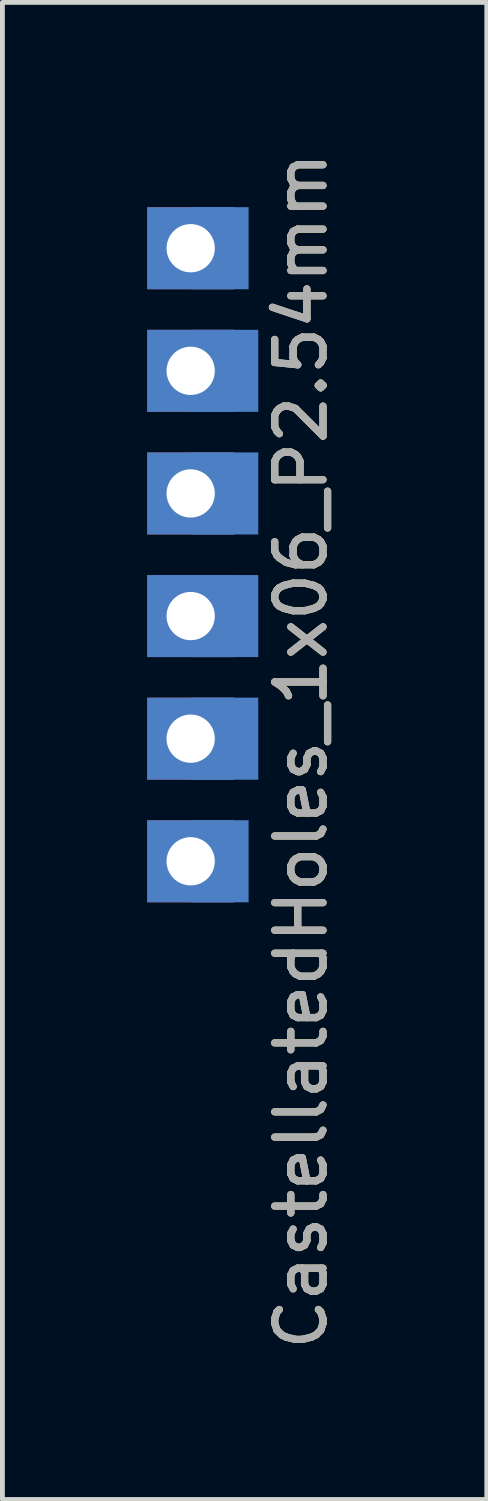
<source format=kicad_pcb>
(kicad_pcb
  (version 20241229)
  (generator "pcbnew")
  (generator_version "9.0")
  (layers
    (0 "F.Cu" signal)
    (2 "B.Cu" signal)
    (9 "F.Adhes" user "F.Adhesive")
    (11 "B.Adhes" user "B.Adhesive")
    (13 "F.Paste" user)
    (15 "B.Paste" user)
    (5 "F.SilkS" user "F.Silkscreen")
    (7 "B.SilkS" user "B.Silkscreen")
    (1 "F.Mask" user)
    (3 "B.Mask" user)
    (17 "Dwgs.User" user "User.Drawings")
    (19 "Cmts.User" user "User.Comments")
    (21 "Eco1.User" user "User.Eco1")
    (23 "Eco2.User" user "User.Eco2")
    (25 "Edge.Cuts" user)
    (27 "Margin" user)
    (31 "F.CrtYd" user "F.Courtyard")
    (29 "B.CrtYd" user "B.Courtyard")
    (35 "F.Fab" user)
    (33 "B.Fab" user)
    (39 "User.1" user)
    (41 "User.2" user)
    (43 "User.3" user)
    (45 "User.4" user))
  (footprint "CastellatedHoles_1x06_P2.54mm"
    (layer "F.Cu")
    (at 0.9 2.092)
    (property "Reference" "CastellatedHoles_1x06_P2.54mm" (at 2.286 10.414 90) (layer "F.SilkS") (effects (font (size 1 1) (thickness 0.15))))
    (attr exclude_from_pos_files exclude_from_bom)
    (fp_text user "${REFERENCE}" (at 2.286 10.414 90) (layer "F.Fab") (effects (font (size 1 1) (thickness 0.15))))
    (pad "1" thru_hole rect (at 0 0) (size 1.8 1.7) (drill 1) (property pad_prop_castellated) (layers "*.Cu" "*.Mask"))
    (pad "1" smd rect (at 0.6 0) (size 1.2 1.7) (layers "B.Cu" "B.Mask"))
    (pad "2" thru_hole rect (at 0 2.54) (size 1.8 1.7) (drill 1) (property pad_prop_castellated) (layers "*.Cu" "*.Mask"))
    (pad "2" smd rect (at 0.7 2.54) (size 1.4 1.7) (layers "B.Cu" "B.Mask"))
    (pad "3" thru_hole rect (at 0 5.08) (size 1.8 1.7) (drill 1) (property pad_prop_castellated) (layers "*.Cu" "*.Mask"))
    (pad "3" smd rect (at 0.7 5.08) (size 1.4 1.7) (layers "B.Cu" "B.Mask"))
    (pad "4" thru_hole rect (at 0 7.62) (size 1.8 1.7) (drill 1) (property pad_prop_castellated) (layers "*.Cu" "*.Mask"))
    (pad "4" smd rect (at 0.7 7.62) (size 1.4 1.7) (layers "B.Cu" "B.Mask"))
    (pad "5" thru_hole rect (at 0 10.16) (size 1.8 1.7) (drill 1) (property pad_prop_castellated) (layers "*.Cu" "*.Mask"))
    (pad "5" smd rect (at 0.7 10.16) (size 1.4 1.7) (layers "B.Cu" "B.Mask"))
    (pad "6" thru_hole rect (at 0 12.7) (size 1.8 1.7) (drill 1) (property pad_prop_castellated) (layers "*.Cu" "*.Mask"))
    (pad "6" smd rect (at 0.6 12.7) (size 1.2 1.7) (layers "B.Cu" "B.Mask")))
  (gr_rect
    (start -3 -3)
    (end 7.034 28.012)
    (stroke (width 0.1) (type default))
    (fill no)
    (layer "Edge.Cuts")))
</source>
